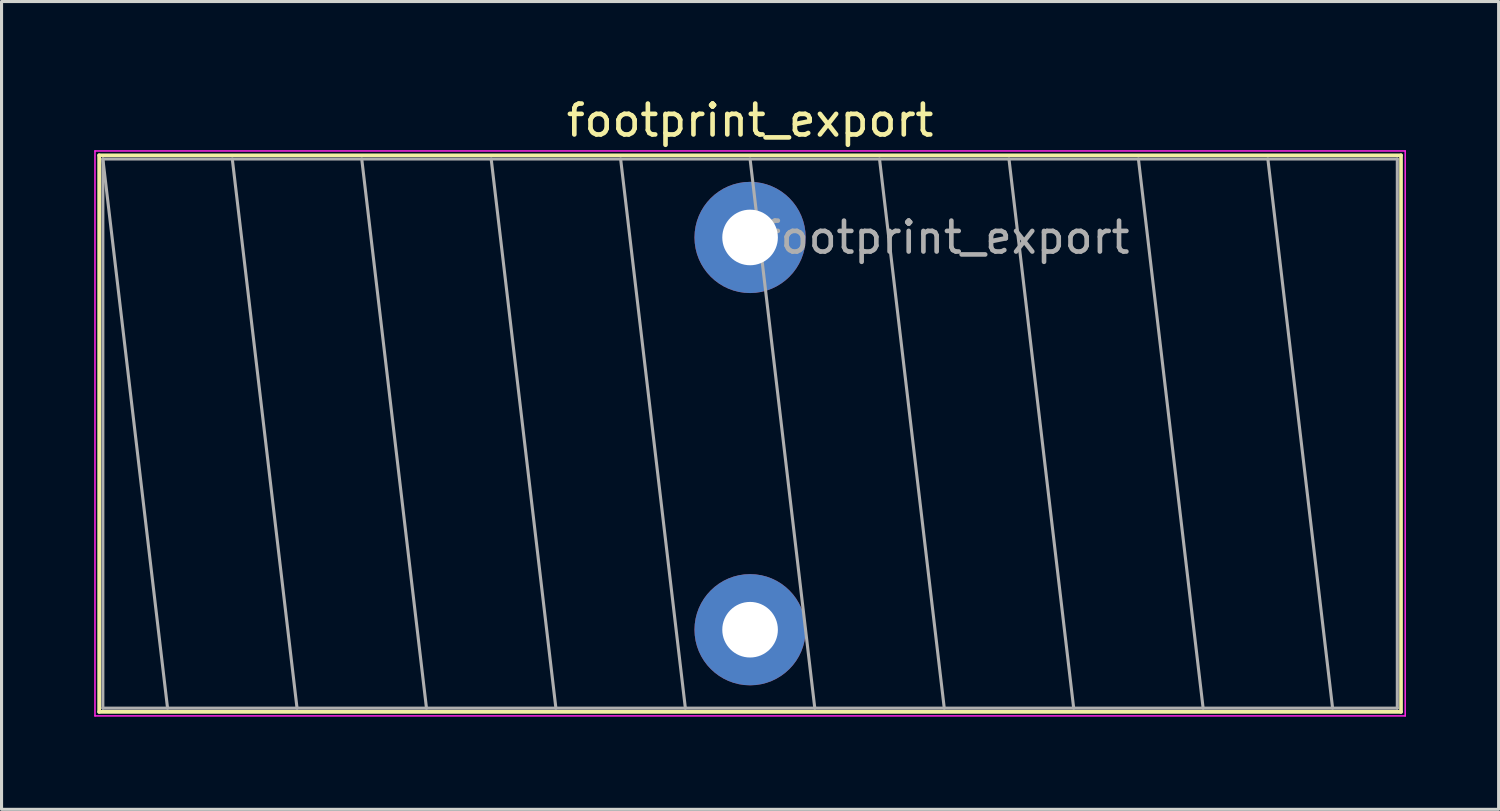
<source format=kicad_pcb>
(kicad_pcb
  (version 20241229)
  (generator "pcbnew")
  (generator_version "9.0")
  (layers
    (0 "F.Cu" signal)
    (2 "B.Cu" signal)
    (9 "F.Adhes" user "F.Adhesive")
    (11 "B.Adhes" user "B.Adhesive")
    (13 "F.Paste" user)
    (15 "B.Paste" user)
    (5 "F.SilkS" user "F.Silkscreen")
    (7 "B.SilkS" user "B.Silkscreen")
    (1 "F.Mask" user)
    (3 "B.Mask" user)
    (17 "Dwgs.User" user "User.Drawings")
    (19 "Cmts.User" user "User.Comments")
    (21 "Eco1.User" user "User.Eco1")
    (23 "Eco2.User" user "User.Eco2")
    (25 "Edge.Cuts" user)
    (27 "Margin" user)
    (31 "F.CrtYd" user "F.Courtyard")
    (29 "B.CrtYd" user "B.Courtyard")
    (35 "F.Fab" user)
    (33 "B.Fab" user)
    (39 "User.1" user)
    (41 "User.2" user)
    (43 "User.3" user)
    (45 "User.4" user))
  (footprint "footprint_export"
    (layer "F.Cu")
    (at 21.235 4.638)
    (property "Reference" "footprint_export" (at 0 -3.79 0) (layer "F.SilkS") (effects (font (size 1 1) (thickness 0.15))))
    (attr through_hole)
    (fp_line (start -21.075 -2.66) (end -21.075 15.36) (stroke (width 0.12) (type solid)) (layer "F.SilkS"))
    (fp_line (start -21.075 -2.66) (end 21.075 -2.66) (stroke (width 0.12) (type solid)) (layer "F.SilkS"))
    (fp_line (start -21.075 15.36) (end 21.075 15.36) (stroke (width 0.12) (type solid)) (layer "F.SilkS"))
    (fp_line (start 21.075 -2.66) (end 21.075 15.36) (stroke (width 0.12) (type solid)) (layer "F.SilkS"))
    (fp_line (start -21.21 -2.8) (end -21.21 15.49) (stroke (width 0.05) (type solid)) (layer "F.CrtYd"))
    (fp_line (start -21.21 15.49) (end 21.21 15.49) (stroke (width 0.05) (type solid)) (layer "F.CrtYd"))
    (fp_line (start 21.21 -2.8) (end -21.21 -2.8) (stroke (width 0.05) (type solid)) (layer "F.CrtYd"))
    (fp_line (start 21.21 15.49) (end 21.21 -2.8) (stroke (width 0.05) (type solid)) (layer "F.CrtYd"))
    (fp_line (start -20.955 -2.54) (end -20.955 15.24) (stroke (width 0.1) (type solid)) (layer "F.Fab"))
    (fp_line (start -20.955 -2.54) (end -18.86 15.24) (stroke (width 0.1) (type solid)) (layer "F.Fab"))
    (fp_line (start -20.955 15.24) (end 20.955 15.24) (stroke (width 0.1) (type solid)) (layer "F.Fab"))
    (fp_line (start -16.764 -2.54) (end -14.668 15.24) (stroke (width 0.1) (type solid)) (layer "F.Fab"))
    (fp_line (start -12.573 -2.54) (end -10.477 15.24) (stroke (width 0.1) (type solid)) (layer "F.Fab"))
    (fp_line (start -8.382 -2.54) (end -6.287 15.24) (stroke (width 0.1) (type solid)) (layer "F.Fab"))
    (fp_line (start -4.191 -2.54) (end -2.095 15.24) (stroke (width 0.1) (type solid)) (layer "F.Fab"))
    (fp_line (start 0 -2.54) (end 2.095 15.24) (stroke (width 0.1) (type solid)) (layer "F.Fab"))
    (fp_line (start 4.191 -2.54) (end 6.287 15.24) (stroke (width 0.1) (type solid)) (layer "F.Fab"))
    (fp_line (start 8.382 -2.54) (end 10.477 15.24) (stroke (width 0.1) (type solid)) (layer "F.Fab"))
    (fp_line (start 12.573 -2.54) (end 14.668 15.24) (stroke (width 0.1) (type solid)) (layer "F.Fab"))
    (fp_line (start 16.764 -2.54) (end 18.86 15.24) (stroke (width 0.1) (type solid)) (layer "F.Fab"))
    (fp_line (start 20.955 -2.54) (end -20.955 -2.54) (stroke (width 0.1) (type solid)) (layer "F.Fab"))
    (fp_line (start 20.955 15.24) (end 20.955 -2.54) (stroke (width 0.1) (type solid)) (layer "F.Fab"))
    (fp_text user "${REFERENCE}" (at 6.35 0 0) (layer "F.Fab") (effects (font (size 1 1) (thickness 0.15))))
    (pad "1" thru_hole circle (at 0 0) (size 3.6 3.6) (drill 1.8) (layers "*.Cu" "*.Mask"))
    (pad "2" thru_hole circle (at 0 12.7) (size 3.6 3.6) (drill 1.8) (layers "*.Cu" "*.Mask")))
  (gr_rect
    (start -3 -3)
    (end 45.47 23.153)
    (stroke (width 0.1) (type default))
    (fill no)
    (layer "Edge.Cuts")))
</source>
